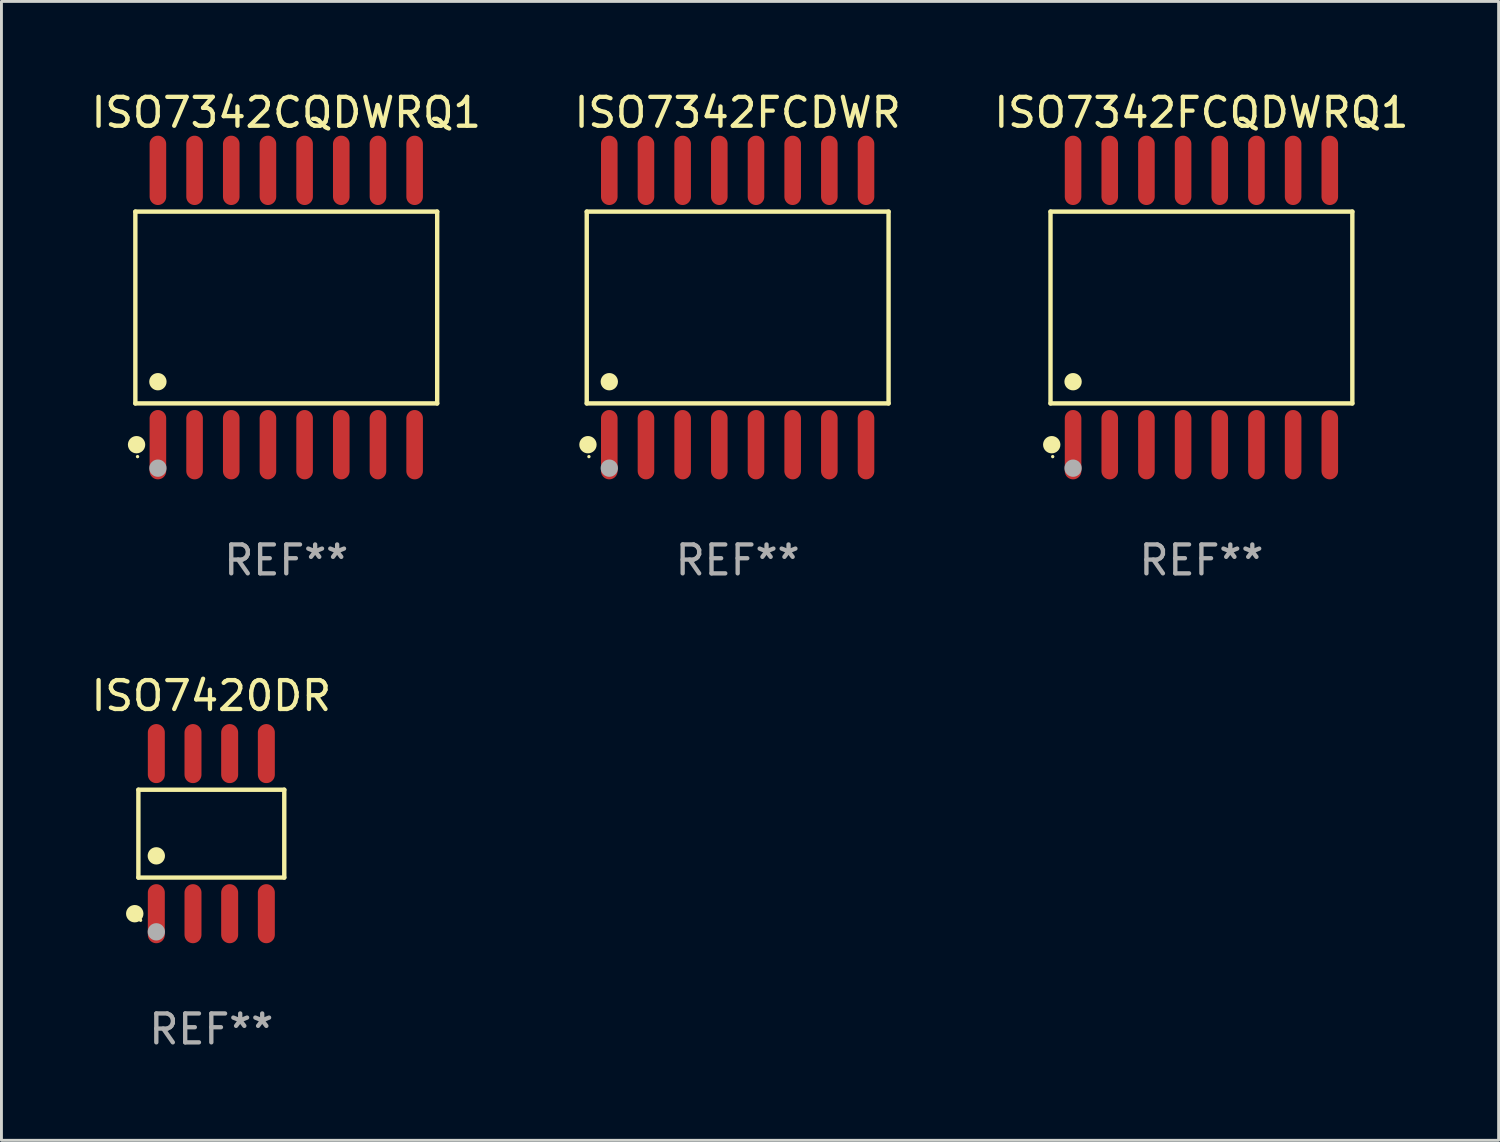
<source format=kicad_pcb>
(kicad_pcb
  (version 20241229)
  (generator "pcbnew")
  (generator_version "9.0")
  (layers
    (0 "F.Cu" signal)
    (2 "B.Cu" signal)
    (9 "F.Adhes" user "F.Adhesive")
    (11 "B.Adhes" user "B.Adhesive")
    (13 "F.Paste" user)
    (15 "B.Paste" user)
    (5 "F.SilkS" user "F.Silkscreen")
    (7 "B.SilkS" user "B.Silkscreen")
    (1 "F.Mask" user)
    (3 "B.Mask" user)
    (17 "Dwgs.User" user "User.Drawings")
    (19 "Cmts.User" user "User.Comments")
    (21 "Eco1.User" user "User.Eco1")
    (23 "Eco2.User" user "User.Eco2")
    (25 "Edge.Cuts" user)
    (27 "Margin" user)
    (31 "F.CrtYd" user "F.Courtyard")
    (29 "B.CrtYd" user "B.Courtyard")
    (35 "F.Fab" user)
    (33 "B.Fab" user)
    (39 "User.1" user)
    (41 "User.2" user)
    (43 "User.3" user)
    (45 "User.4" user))
  (footprint "ISO7342CQDWRQ1"
    (layer "F.Cu")
    (at 6.863 7.599)
    (property "Reference" "ISO7342CQDWRQ1" (at 0 -6.75 0) (layer "F.SilkS") (effects (font (size 1 1) (thickness 0.15))))
    (attr through_hole)
    (fp_line (start -5.226 -3.321) (end 5.226 -3.321) (stroke (width 0.152) (type solid)) (layer "F.SilkS"))
    (fp_line (start -5.226 3.321) (end -5.226 -3.321) (stroke (width 0.152) (type solid)) (layer "F.SilkS"))
    (fp_line (start 5.226 -3.321) (end 5.226 3.321) (stroke (width 0.152) (type solid)) (layer "F.SilkS"))
    (fp_line (start 5.226 3.321) (end -5.226 3.321) (stroke (width 0.152) (type solid)) (layer "F.SilkS"))
    (fp_circle (center -5.184 4.75) (end -5.034 4.75) (stroke (width 0.3) (type solid)) (fill no) (layer "F.SilkS"))
    (fp_circle (center -5.15 5.163) (end -5.12 5.163) (stroke (width 0.06) (type solid)) (fill no) (layer "F.SilkS"))
    (fp_circle (center -4.445 2.569) (end -4.295 2.569) (stroke (width 0.3) (type solid)) (fill no) (layer "F.SilkS"))
    (fp_circle (center -4.445 5.563) (end -4.295 5.563) (stroke (width 0.3) (type solid)) (fill no) (layer "F.Fab"))
    (fp_text user "REF**" (at 0 8.75 0) (layer "F.Fab") (effects (font (size 1 1) (thickness 0.15))))
    (pad "1" smd oval (at -4.445 4.75) (size 0.574 2.401) (layers "F.Cu" "F.Mask" "F.Paste"))
    (pad "2" smd oval (at -3.175 4.75) (size 0.574 2.401) (layers "F.Cu" "F.Mask" "F.Paste"))
    (pad "3" smd oval (at -1.905 4.75) (size 0.574 2.401) (layers "F.Cu" "F.Mask" "F.Paste"))
    (pad "4" smd oval (at -0.635 4.75) (size 0.574 2.401) (layers "F.Cu" "F.Mask" "F.Paste"))
    (pad "5" smd oval (at 0.635 4.75) (size 0.574 2.401) (layers "F.Cu" "F.Mask" "F.Paste"))
    (pad "6" smd oval (at 1.905 4.75) (size 0.574 2.401) (layers "F.Cu" "F.Mask" "F.Paste"))
    (pad "7" smd oval (at 3.175 4.75) (size 0.574 2.401) (layers "F.Cu" "F.Mask" "F.Paste"))
    (pad "8" smd oval (at 4.445 4.75) (size 0.574 2.401) (layers "F.Cu" "F.Mask" "F.Paste"))
    (pad "9" smd oval (at 4.445 -4.75) (size 0.574 2.401) (layers "F.Cu" "F.Mask" "F.Paste"))
    (pad "10" smd oval (at 3.175 -4.75) (size 0.574 2.401) (layers "F.Cu" "F.Mask" "F.Paste"))
    (pad "11" smd oval (at 1.905 -4.75) (size 0.574 2.401) (layers "F.Cu" "F.Mask" "F.Paste"))
    (pad "12" smd oval (at 0.635 -4.75) (size 0.574 2.401) (layers "F.Cu" "F.Mask" "F.Paste"))
    (pad "13" smd oval (at -0.635 -4.75) (size 0.574 2.401) (layers "F.Cu" "F.Mask" "F.Paste"))
    (pad "14" smd oval (at -1.905 -4.75) (size 0.574 2.401) (layers "F.Cu" "F.Mask" "F.Paste"))
    (pad "15" smd oval (at -3.175 -4.75) (size 0.574 2.401) (layers "F.Cu" "F.Mask" "F.Paste"))
    (pad "16" smd oval (at -4.445 -4.75) (size 0.574 2.401) (layers "F.Cu" "F.Mask" "F.Paste")))
  (footprint "ISO7342FCQDWRQ1"
    (layer "F.Cu")
    (at 38.554 7.599)
    (property "Reference" "ISO7342FCQDWRQ1" (at 0 -6.75 0) (layer "F.SilkS") (effects (font (size 1 1) (thickness 0.15))))
    (attr through_hole)
    (fp_line (start -5.226 -3.321) (end 5.226 -3.321) (stroke (width 0.152) (type solid)) (layer "F.SilkS"))
    (fp_line (start -5.226 3.321) (end -5.226 -3.321) (stroke (width 0.152) (type solid)) (layer "F.SilkS"))
    (fp_line (start 5.226 -3.321) (end 5.226 3.321) (stroke (width 0.152) (type solid)) (layer "F.SilkS"))
    (fp_line (start 5.226 3.321) (end -5.226 3.321) (stroke (width 0.152) (type solid)) (layer "F.SilkS"))
    (fp_circle (center -5.184 4.75) (end -5.034 4.75) (stroke (width 0.3) (type solid)) (fill no) (layer "F.SilkS"))
    (fp_circle (center -5.15 5.163) (end -5.12 5.163) (stroke (width 0.06) (type solid)) (fill no) (layer "F.SilkS"))
    (fp_circle (center -4.445 2.569) (end -4.295 2.569) (stroke (width 0.3) (type solid)) (fill no) (layer "F.SilkS"))
    (fp_circle (center -4.445 5.563) (end -4.295 5.563) (stroke (width 0.3) (type solid)) (fill no) (layer "F.Fab"))
    (fp_text user "REF**" (at 0 8.75 0) (layer "F.Fab") (effects (font (size 1 1) (thickness 0.15))))
    (pad "1" smd oval (at -4.445 4.75) (size 0.574 2.401) (layers "F.Cu" "F.Mask" "F.Paste"))
    (pad "2" smd oval (at -3.175 4.75) (size 0.574 2.401) (layers "F.Cu" "F.Mask" "F.Paste"))
    (pad "3" smd oval (at -1.905 4.75) (size 0.574 2.401) (layers "F.Cu" "F.Mask" "F.Paste"))
    (pad "4" smd oval (at -0.635 4.75) (size 0.574 2.401) (layers "F.Cu" "F.Mask" "F.Paste"))
    (pad "5" smd oval (at 0.635 4.75) (size 0.574 2.401) (layers "F.Cu" "F.Mask" "F.Paste"))
    (pad "6" smd oval (at 1.905 4.75) (size 0.574 2.401) (layers "F.Cu" "F.Mask" "F.Paste"))
    (pad "7" smd oval (at 3.175 4.75) (size 0.574 2.401) (layers "F.Cu" "F.Mask" "F.Paste"))
    (pad "8" smd oval (at 4.445 4.75) (size 0.574 2.401) (layers "F.Cu" "F.Mask" "F.Paste"))
    (pad "9" smd oval (at 4.445 -4.75) (size 0.574 2.401) (layers "F.Cu" "F.Mask" "F.Paste"))
    (pad "10" smd oval (at 3.175 -4.75) (size 0.574 2.401) (layers "F.Cu" "F.Mask" "F.Paste"))
    (pad "11" smd oval (at 1.905 -4.75) (size 0.574 2.401) (layers "F.Cu" "F.Mask" "F.Paste"))
    (pad "12" smd oval (at 0.635 -4.75) (size 0.574 2.401) (layers "F.Cu" "F.Mask" "F.Paste"))
    (pad "13" smd oval (at -0.635 -4.75) (size 0.574 2.401) (layers "F.Cu" "F.Mask" "F.Paste"))
    (pad "14" smd oval (at -1.905 -4.75) (size 0.574 2.401) (layers "F.Cu" "F.Mask" "F.Paste"))
    (pad "15" smd oval (at -3.175 -4.75) (size 0.574 2.401) (layers "F.Cu" "F.Mask" "F.Paste"))
    (pad "16" smd oval (at -4.445 -4.75) (size 0.574 2.401) (layers "F.Cu" "F.Mask" "F.Paste")))
  (footprint "ISO7420DR"
    (layer "F.Cu")
    (at 4.268 25.818)
    (property "Reference" "ISO7420DR" (at 0 -4.772 0) (layer "F.SilkS") (effects (font (size 1 1) (thickness 0.15))))
    (attr through_hole)
    (fp_line (start -2.526 -1.521) (end 2.526 -1.521) (stroke (width 0.152) (type solid)) (layer "F.SilkS"))
    (fp_line (start -2.526 1.521) (end -2.526 -1.521) (stroke (width 0.152) (type solid)) (layer "F.SilkS"))
    (fp_line (start 2.526 -1.521) (end 2.526 1.521) (stroke (width 0.152) (type solid)) (layer "F.SilkS"))
    (fp_line (start 2.526 1.521) (end -2.526 1.521) (stroke (width 0.152) (type solid)) (layer "F.SilkS"))
    (fp_circle (center -2.652 2.772) (end -2.501 2.772) (stroke (width 0.3) (type solid)) (fill no) (layer "F.SilkS"))
    (fp_circle (center -2.45 3) (end -2.42 3) (stroke (width 0.06) (type solid)) (fill no) (layer "F.SilkS"))
    (fp_circle (center -1.905 0.769) (end -1.755 0.769) (stroke (width 0.3) (type solid)) (fill no) (layer "F.SilkS"))
    (fp_circle (center -1.905 3.4) (end -1.755 3.4) (stroke (width 0.3) (type solid)) (fill no) (layer "F.Fab"))
    (fp_text user "REF**" (at 0 6.772 0) (layer "F.Fab") (effects (font (size 1 1) (thickness 0.15))))
    (pad "1" smd oval (at -1.905 2.772) (size 0.588 2.045) (layers "F.Cu" "F.Mask" "F.Paste"))
    (pad "2" smd oval (at -0.635 2.772) (size 0.588 2.045) (layers "F.Cu" "F.Mask" "F.Paste"))
    (pad "3" smd oval (at 0.635 2.772) (size 0.588 2.045) (layers "F.Cu" "F.Mask" "F.Paste"))
    (pad "4" smd oval (at 1.905 2.772) (size 0.588 2.045) (layers "F.Cu" "F.Mask" "F.Paste"))
    (pad "5" smd oval (at 1.905 -2.772) (size 0.588 2.045) (layers "F.Cu" "F.Mask" "F.Paste"))
    (pad "6" smd oval (at 0.635 -2.772) (size 0.588 2.045) (layers "F.Cu" "F.Mask" "F.Paste"))
    (pad "7" smd oval (at -0.635 -2.772) (size 0.588 2.045) (layers "F.Cu" "F.Mask" "F.Paste"))
    (pad "8" smd oval (at -1.905 -2.772) (size 0.588 2.045) (layers "F.Cu" "F.Mask" "F.Paste")))
  (footprint "ISO7342FCDWR"
    (layer "F.Cu")
    (at 22.494 7.599)
    (property "Reference" "ISO7342FCDWR" (at 0 -6.75 0) (layer "F.SilkS") (effects (font (size 1 1) (thickness 0.15))))
    (attr through_hole)
    (fp_line (start -5.226 -3.321) (end 5.226 -3.321) (stroke (width 0.152) (type solid)) (layer "F.SilkS"))
    (fp_line (start -5.226 3.321) (end -5.226 -3.321) (stroke (width 0.152) (type solid)) (layer "F.SilkS"))
    (fp_line (start 5.226 -3.321) (end 5.226 3.321) (stroke (width 0.152) (type solid)) (layer "F.SilkS"))
    (fp_line (start 5.226 3.321) (end -5.226 3.321) (stroke (width 0.152) (type solid)) (layer "F.SilkS"))
    (fp_circle (center -5.184 4.75) (end -5.034 4.75) (stroke (width 0.3) (type solid)) (fill no) (layer "F.SilkS"))
    (fp_circle (center -5.15 5.163) (end -5.12 5.163) (stroke (width 0.06) (type solid)) (fill no) (layer "F.SilkS"))
    (fp_circle (center -4.445 2.569) (end -4.295 2.569) (stroke (width 0.3) (type solid)) (fill no) (layer "F.SilkS"))
    (fp_circle (center -4.445 5.563) (end -4.295 5.563) (stroke (width 0.3) (type solid)) (fill no) (layer "F.Fab"))
    (fp_text user "REF**" (at 0 8.75 0) (layer "F.Fab") (effects (font (size 1 1) (thickness 0.15))))
    (pad "1" smd oval (at -4.445 4.75) (size 0.574 2.401) (layers "F.Cu" "F.Mask" "F.Paste"))
    (pad "2" smd oval (at -3.175 4.75) (size 0.574 2.401) (layers "F.Cu" "F.Mask" "F.Paste"))
    (pad "3" smd oval (at -1.905 4.75) (size 0.574 2.401) (layers "F.Cu" "F.Mask" "F.Paste"))
    (pad "4" smd oval (at -0.635 4.75) (size 0.574 2.401) (layers "F.Cu" "F.Mask" "F.Paste"))
    (pad "5" smd oval (at 0.635 4.75) (size 0.574 2.401) (layers "F.Cu" "F.Mask" "F.Paste"))
    (pad "6" smd oval (at 1.905 4.75) (size 0.574 2.401) (layers "F.Cu" "F.Mask" "F.Paste"))
    (pad "7" smd oval (at 3.175 4.75) (size 0.574 2.401) (layers "F.Cu" "F.Mask" "F.Paste"))
    (pad "8" smd oval (at 4.445 4.75) (size 0.574 2.401) (layers "F.Cu" "F.Mask" "F.Paste"))
    (pad "9" smd oval (at 4.445 -4.75) (size 0.574 2.401) (layers "F.Cu" "F.Mask" "F.Paste"))
    (pad "10" smd oval (at 3.175 -4.75) (size 0.574 2.401) (layers "F.Cu" "F.Mask" "F.Paste"))
    (pad "11" smd oval (at 1.905 -4.75) (size 0.574 2.401) (layers "F.Cu" "F.Mask" "F.Paste"))
    (pad "12" smd oval (at 0.635 -4.75) (size 0.574 2.401) (layers "F.Cu" "F.Mask" "F.Paste"))
    (pad "13" smd oval (at -0.635 -4.75) (size 0.574 2.401) (layers "F.Cu" "F.Mask" "F.Paste"))
    (pad "14" smd oval (at -1.905 -4.75) (size 0.574 2.401) (layers "F.Cu" "F.Mask" "F.Paste"))
    (pad "15" smd oval (at -3.175 -4.75) (size 0.574 2.401) (layers "F.Cu" "F.Mask" "F.Paste"))
    (pad "16" smd oval (at -4.445 -4.75) (size 0.574 2.401) (layers "F.Cu" "F.Mask" "F.Paste")))
  (gr_rect
    (start -3 -3)
    (end 48.845 36.438)
    (stroke (width 0.1) (type default))
    (fill no)
    (layer "Edge.Cuts")))
</source>
